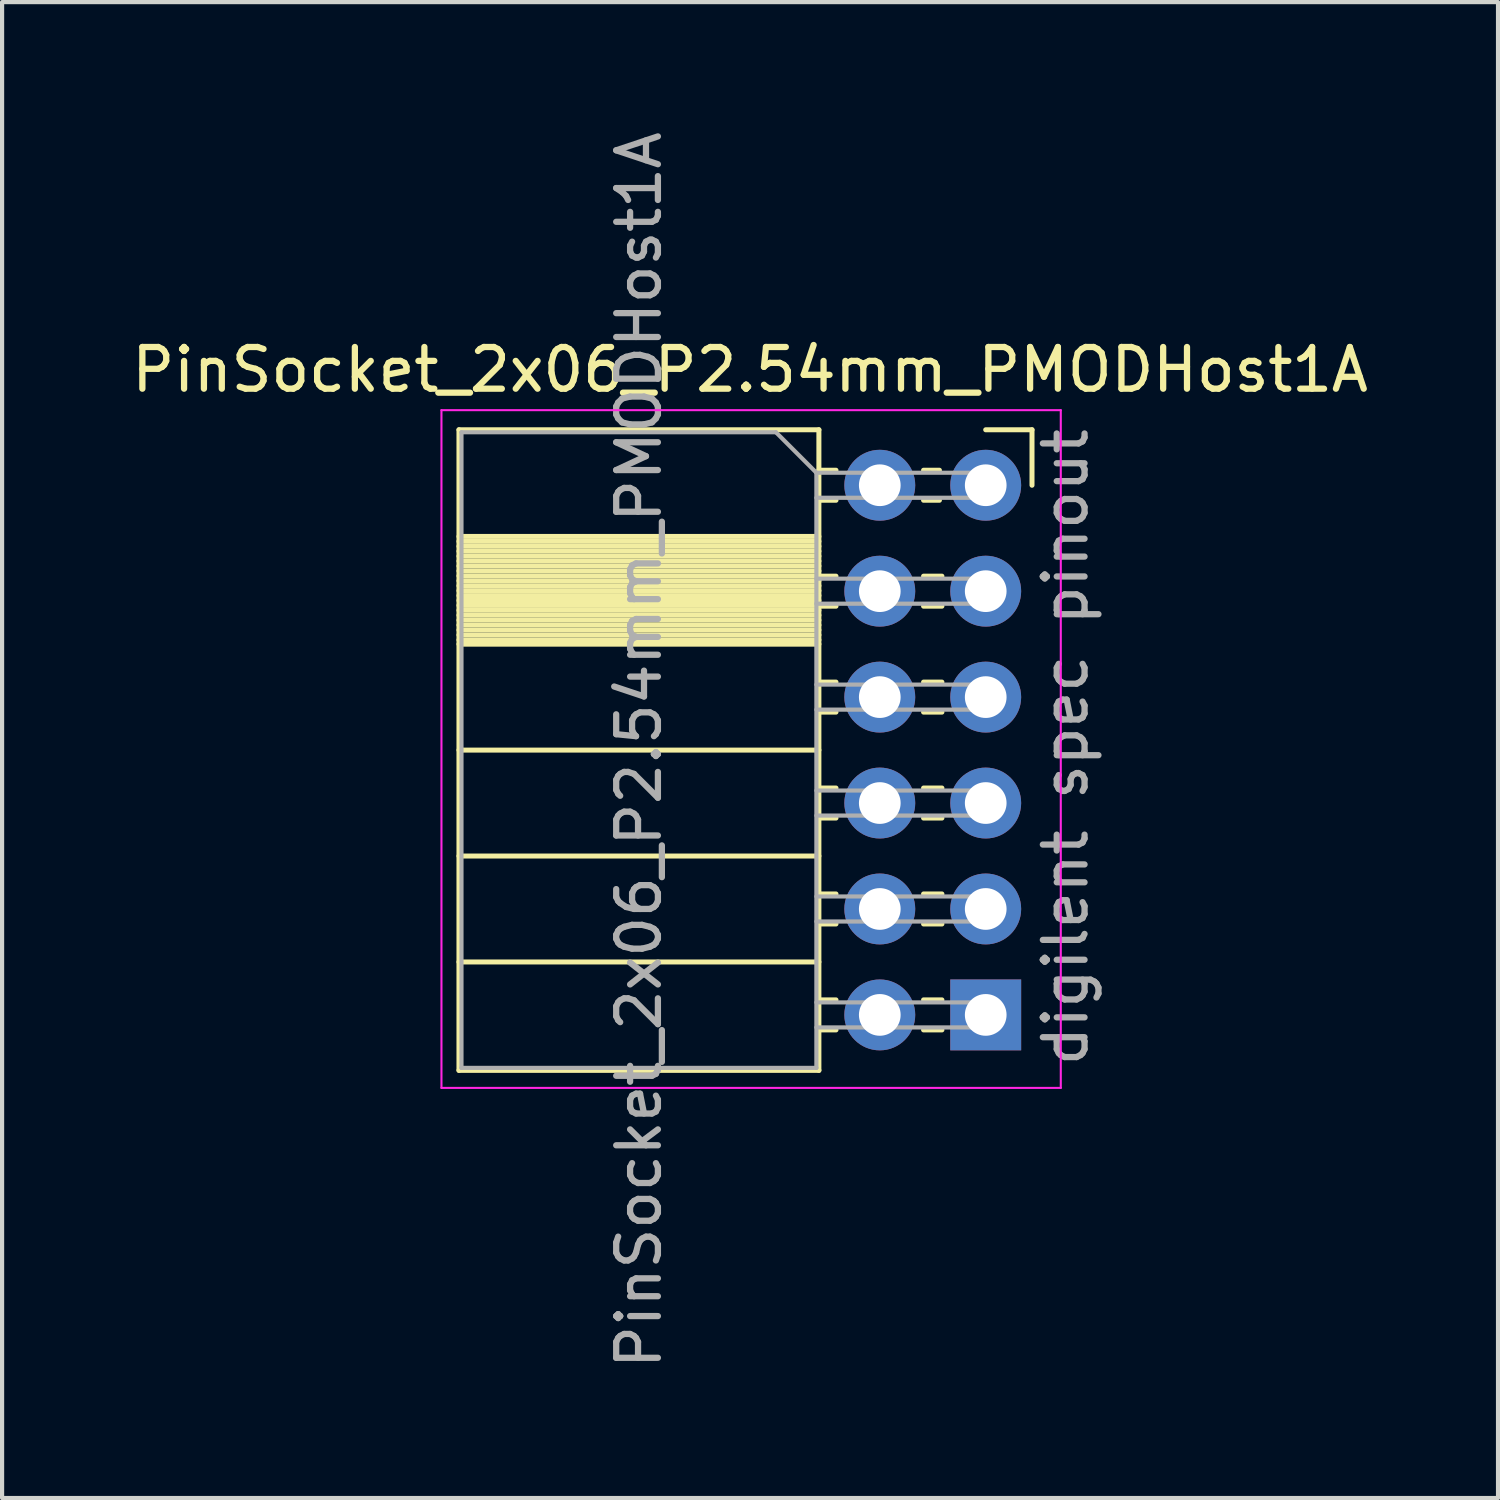
<source format=kicad_pcb>
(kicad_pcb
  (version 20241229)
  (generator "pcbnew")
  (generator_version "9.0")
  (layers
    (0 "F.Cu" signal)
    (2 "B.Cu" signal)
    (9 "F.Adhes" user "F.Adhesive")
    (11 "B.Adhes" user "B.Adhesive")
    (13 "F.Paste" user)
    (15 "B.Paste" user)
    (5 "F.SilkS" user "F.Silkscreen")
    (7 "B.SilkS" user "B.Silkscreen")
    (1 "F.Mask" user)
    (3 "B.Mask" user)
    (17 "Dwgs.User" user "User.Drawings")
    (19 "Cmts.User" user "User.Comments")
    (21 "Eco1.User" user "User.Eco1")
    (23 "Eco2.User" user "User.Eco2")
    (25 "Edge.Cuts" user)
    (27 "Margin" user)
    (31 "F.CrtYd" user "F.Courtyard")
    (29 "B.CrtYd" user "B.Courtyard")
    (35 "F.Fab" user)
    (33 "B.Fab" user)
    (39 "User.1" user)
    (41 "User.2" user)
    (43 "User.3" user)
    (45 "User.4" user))
  (footprint "PinSocket_2x06_P2.54mm_PMODHost1A"
    (layer "F.Cu")
    (at 20.585 8.585)
    (property "Reference" "PinSocket_2x06_P2.54mm_PMODHost1A" (at -5.65 -2.77 0) (layer "F.SilkS") (effects (font (size 1 1) (thickness 0.15))))
    (attr through_hole)
    (fp_line (start -12.63 -1.33) (end -12.63 14.03) (stroke (width 0.12) (type solid)) (layer "F.SilkS"))
    (fp_line (start -12.63 -1.33) (end -4 -1.33) (stroke (width 0.12) (type solid)) (layer "F.SilkS"))
    (fp_line (start -12.63 1.228) (end -4 1.228) (stroke (width 0.12) (type solid)) (layer "F.SilkS"))
    (fp_line (start -12.63 1.346) (end -4 1.346) (stroke (width 0.12) (type solid)) (layer "F.SilkS"))
    (fp_line (start -12.63 1.464) (end -4 1.464) (stroke (width 0.12) (type solid)) (layer "F.SilkS"))
    (fp_line (start -12.63 1.582) (end -4 1.582) (stroke (width 0.12) (type solid)) (layer "F.SilkS"))
    (fp_line (start -12.63 1.7) (end -4 1.7) (stroke (width 0.12) (type solid)) (layer "F.SilkS"))
    (fp_line (start -12.63 1.818) (end -4 1.818) (stroke (width 0.12) (type solid)) (layer "F.SilkS"))
    (fp_line (start -12.63 1.936) (end -4 1.936) (stroke (width 0.12) (type solid)) (layer "F.SilkS"))
    (fp_line (start -12.63 2.054) (end -4 2.054) (stroke (width 0.12) (type solid)) (layer "F.SilkS"))
    (fp_line (start -12.63 2.172) (end -4 2.172) (stroke (width 0.12) (type solid)) (layer "F.SilkS"))
    (fp_line (start -12.63 2.29) (end -4 2.29) (stroke (width 0.12) (type solid)) (layer "F.SilkS"))
    (fp_line (start -12.63 2.409) (end -4 2.409) (stroke (width 0.12) (type solid)) (layer "F.SilkS"))
    (fp_line (start -12.63 2.527) (end -4 2.527) (stroke (width 0.12) (type solid)) (layer "F.SilkS"))
    (fp_line (start -12.63 2.645) (end -4 2.645) (stroke (width 0.12) (type solid)) (layer "F.SilkS"))
    (fp_line (start -12.63 2.763) (end -4 2.763) (stroke (width 0.12) (type solid)) (layer "F.SilkS"))
    (fp_line (start -12.63 2.881) (end -4 2.881) (stroke (width 0.12) (type solid)) (layer "F.SilkS"))
    (fp_line (start -12.63 2.999) (end -4 2.999) (stroke (width 0.12) (type solid)) (layer "F.SilkS"))
    (fp_line (start -12.63 3.117) (end -4 3.117) (stroke (width 0.12) (type solid)) (layer "F.SilkS"))
    (fp_line (start -12.63 3.235) (end -4 3.235) (stroke (width 0.12) (type solid)) (layer "F.SilkS"))
    (fp_line (start -12.63 3.353) (end -4 3.353) (stroke (width 0.12) (type solid)) (layer "F.SilkS"))
    (fp_line (start -12.63 3.471) (end -4 3.471) (stroke (width 0.12) (type solid)) (layer "F.SilkS"))
    (fp_line (start -12.63 3.59) (end -4 3.59) (stroke (width 0.12) (type solid)) (layer "F.SilkS"))
    (fp_line (start -12.63 3.708) (end -4 3.708) (stroke (width 0.12) (type solid)) (layer "F.SilkS"))
    (fp_line (start -12.63 3.81) (end -4 3.81) (stroke (width 0.12) (type solid)) (layer "F.SilkS"))
    (fp_line (start -12.63 6.35) (end -4 6.35) (stroke (width 0.12) (type solid)) (layer "F.SilkS"))
    (fp_line (start -12.63 8.89) (end -4 8.89) (stroke (width 0.12) (type solid)) (layer "F.SilkS"))
    (fp_line (start -12.63 11.43) (end -4 11.43) (stroke (width 0.12) (type solid)) (layer "F.SilkS"))
    (fp_line (start -12.63 14.03) (end -4 14.03) (stroke (width 0.12) (type solid)) (layer "F.SilkS"))
    (fp_line (start -4 -1.33) (end -4 14.03) (stroke (width 0.12) (type solid)) (layer "F.SilkS"))
    (fp_line (start -4 -0.36) (end -3.59 -0.36) (stroke (width 0.12) (type solid)) (layer "F.SilkS"))
    (fp_line (start -4 0.36) (end -3.59 0.36) (stroke (width 0.12) (type solid)) (layer "F.SilkS"))
    (fp_line (start -4 2.18) (end -3.59 2.18) (stroke (width 0.12) (type solid)) (layer "F.SilkS"))
    (fp_line (start -4 2.9) (end -3.59 2.9) (stroke (width 0.12) (type solid)) (layer "F.SilkS"))
    (fp_line (start -4 4.72) (end -3.59 4.72) (stroke (width 0.12) (type solid)) (layer "F.SilkS"))
    (fp_line (start -4 5.44) (end -3.59 5.44) (stroke (width 0.12) (type solid)) (layer "F.SilkS"))
    (fp_line (start -4 7.26) (end -3.59 7.26) (stroke (width 0.12) (type solid)) (layer "F.SilkS"))
    (fp_line (start -4 7.98) (end -3.59 7.98) (stroke (width 0.12) (type solid)) (layer "F.SilkS"))
    (fp_line (start -4 9.8) (end -3.59 9.8) (stroke (width 0.12) (type solid)) (layer "F.SilkS"))
    (fp_line (start -4 10.52) (end -3.59 10.52) (stroke (width 0.12) (type solid)) (layer "F.SilkS"))
    (fp_line (start -4 12.34) (end -3.59 12.34) (stroke (width 0.12) (type solid)) (layer "F.SilkS"))
    (fp_line (start -4 13.06) (end -3.59 13.06) (stroke (width 0.12) (type solid)) (layer "F.SilkS"))
    (fp_line (start -1.49 -0.36) (end -1.11 -0.36) (stroke (width 0.12) (type solid)) (layer "F.SilkS"))
    (fp_line (start -1.49 0.36) (end -1.11 0.36) (stroke (width 0.12) (type solid)) (layer "F.SilkS"))
    (fp_line (start -1.49 2.18) (end -1.05 2.18) (stroke (width 0.12) (type solid)) (layer "F.SilkS"))
    (fp_line (start -1.49 2.9) (end -1.05 2.9) (stroke (width 0.12) (type solid)) (layer "F.SilkS"))
    (fp_line (start -1.49 4.72) (end -1.05 4.72) (stroke (width 0.12) (type solid)) (layer "F.SilkS"))
    (fp_line (start -1.49 5.44) (end -1.05 5.44) (stroke (width 0.12) (type solid)) (layer "F.SilkS"))
    (fp_line (start -1.49 7.26) (end -1.05 7.26) (stroke (width 0.12) (type solid)) (layer "F.SilkS"))
    (fp_line (start -1.49 7.98) (end -1.05 7.98) (stroke (width 0.12) (type solid)) (layer "F.SilkS"))
    (fp_line (start -1.49 9.8) (end -1.05 9.8) (stroke (width 0.12) (type solid)) (layer "F.SilkS"))
    (fp_line (start -1.49 10.52) (end -1.05 10.52) (stroke (width 0.12) (type solid)) (layer "F.SilkS"))
    (fp_line (start -1.49 12.34) (end -1.05 12.34) (stroke (width 0.12) (type solid)) (layer "F.SilkS"))
    (fp_line (start -1.49 13.06) (end -1.05 13.06) (stroke (width 0.12) (type solid)) (layer "F.SilkS"))
    (fp_line (start 0 -1.33) (end 1.11 -1.33) (stroke (width 0.12) (type solid)) (layer "F.SilkS"))
    (fp_line (start 1.11 -1.33) (end 1.11 0) (stroke (width 0.12) (type solid)) (layer "F.SilkS"))
    (fp_line (start -13.05 -1.8) (end -13.05 14.45) (stroke (width 0.05) (type solid)) (layer "F.CrtYd"))
    (fp_line (start -13.05 14.45) (end 1.8 14.45) (stroke (width 0.05) (type solid)) (layer "F.CrtYd"))
    (fp_line (start 1.8 -1.8) (end -13.05 -1.8) (stroke (width 0.05) (type solid)) (layer "F.CrtYd"))
    (fp_line (start 1.8 14.45) (end 1.8 -1.8) (stroke (width 0.05) (type solid)) (layer "F.CrtYd"))
    (fp_line (start -12.57 -1.27) (end -5.03 -1.27) (stroke (width 0.1) (type solid)) (layer "F.Fab"))
    (fp_line (start -12.57 13.97) (end -12.57 -1.27) (stroke (width 0.1) (type solid)) (layer "F.Fab"))
    (fp_line (start -5.03 -1.27) (end -4.06 -0.3) (stroke (width 0.1) (type solid)) (layer "F.Fab"))
    (fp_line (start -4.06 -0.3) (end -4.06 13.97) (stroke (width 0.1) (type solid)) (layer "F.Fab"))
    (fp_line (start -4.06 0.3) (end 0 0.3) (stroke (width 0.1) (type solid)) (layer "F.Fab"))
    (fp_line (start -4.06 2.84) (end 0 2.84) (stroke (width 0.1) (type solid)) (layer "F.Fab"))
    (fp_line (start -4.06 5.38) (end 0 5.38) (stroke (width 0.1) (type solid)) (layer "F.Fab"))
    (fp_line (start -4.06 7.92) (end 0 7.92) (stroke (width 0.1) (type solid)) (layer "F.Fab"))
    (fp_line (start -4.06 10.46) (end 0 10.46) (stroke (width 0.1) (type solid)) (layer "F.Fab"))
    (fp_line (start -4.06 13) (end 0 13) (stroke (width 0.1) (type solid)) (layer "F.Fab"))
    (fp_line (start -4.06 13.97) (end -12.57 13.97) (stroke (width 0.1) (type solid)) (layer "F.Fab"))
    (fp_line (start 0 -0.3) (end -4.06 -0.3) (stroke (width 0.1) (type solid)) (layer "F.Fab"))
    (fp_line (start 0 0.3) (end 0 -0.3) (stroke (width 0.1) (type solid)) (layer "F.Fab"))
    (fp_line (start 0 2.24) (end -4.06 2.24) (stroke (width 0.1) (type solid)) (layer "F.Fab"))
    (fp_line (start 0 2.84) (end 0 2.24) (stroke (width 0.1) (type solid)) (layer "F.Fab"))
    (fp_line (start 0 4.78) (end -4.06 4.78) (stroke (width 0.1) (type solid)) (layer "F.Fab"))
    (fp_line (start 0 5.38) (end 0 4.78) (stroke (width 0.1) (type solid)) (layer "F.Fab"))
    (fp_line (start 0 7.32) (end -4.06 7.32) (stroke (width 0.1) (type solid)) (layer "F.Fab"))
    (fp_line (start 0 7.92) (end 0 7.32) (stroke (width 0.1) (type solid)) (layer "F.Fab"))
    (fp_line (start 0 9.86) (end -4.06 9.86) (stroke (width 0.1) (type solid)) (layer "F.Fab"))
    (fp_line (start 0 10.46) (end 0 9.86) (stroke (width 0.1) (type solid)) (layer "F.Fab"))
    (fp_line (start 0 12.4) (end -4.06 12.4) (stroke (width 0.1) (type solid)) (layer "F.Fab"))
    (fp_line (start 0 13) (end 0 12.4) (stroke (width 0.1) (type solid)) (layer "F.Fab"))
    (fp_text user "digilent spec pinout" (at 2.5 14 90) (unlocked yes) (layer "F.Fab") (effects (font (size 1 1) (thickness 0.15)) (justify left bottom)))
    (fp_text user "${REFERENCE}" (at -8.315 6.35 90) (layer "F.Fab") (effects (font (size 1 1) (thickness 0.15))))
    (pad "1" thru_hole rect (at 0 12.7) (size 1.7 1.7) (drill 1) (layers "*.Cu" "*.Mask"))
    (pad "2" thru_hole oval (at 0 10.16) (size 1.7 1.7) (drill 1) (layers "*.Cu" "*.Mask"))
    (pad "3" thru_hole oval (at 0 7.62) (size 1.7 1.7) (drill 1) (layers "*.Cu" "*.Mask"))
    (pad "4" thru_hole oval (at 0 5.08) (size 1.7 1.7) (drill 1) (layers "*.Cu" "*.Mask"))
    (pad "5" thru_hole oval (at 0 2.54) (size 1.7 1.7) (drill 1) (layers "*.Cu" "*.Mask"))
    (pad "6" thru_hole circle (at 0 0) (size 1.7 1.7) (drill 1) (layers "*.Cu" "*.Mask"))
    (pad "7" thru_hole oval (at -2.54 12.7) (size 1.7 1.7) (drill 1) (layers "*.Cu" "*.Mask"))
    (pad "8" thru_hole oval (at -2.54 10.16) (size 1.7 1.7) (drill 1) (layers "*.Cu" "*.Mask"))
    (pad "9" thru_hole oval (at -2.54 7.62) (size 1.7 1.7) (drill 1) (layers "*.Cu" "*.Mask"))
    (pad "10" thru_hole oval (at -2.54 5.08) (size 1.7 1.7) (drill 1) (layers "*.Cu" "*.Mask"))
    (pad "11" thru_hole oval (at -2.54 2.54) (size 1.7 1.7) (drill 1) (layers "*.Cu" "*.Mask"))
    (pad "12" thru_hole oval (at -2.54 0) (size 1.7 1.7) (drill 1) (layers "*.Cu" "*.Mask")))
  (gr_rect
    (start -3 -3)
    (end 32.869 32.869)
    (stroke (width 0.1) (type default))
    (fill no)
    (layer "Edge.Cuts")))
</source>
